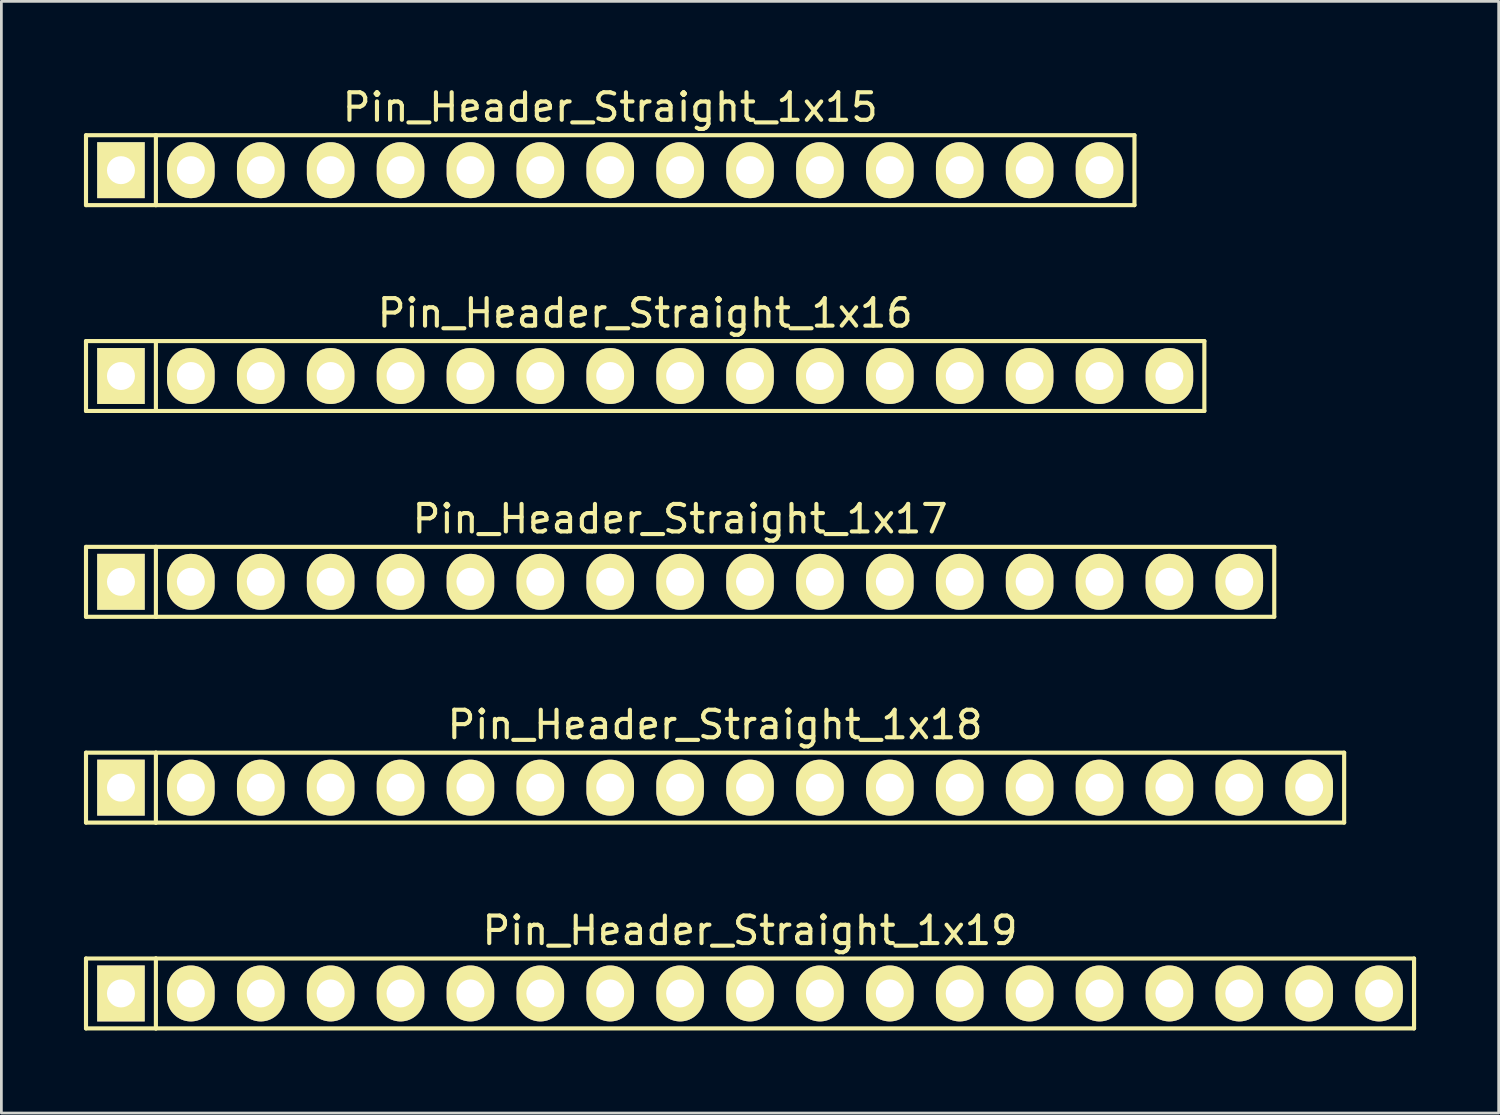
<source format=kicad_pcb>
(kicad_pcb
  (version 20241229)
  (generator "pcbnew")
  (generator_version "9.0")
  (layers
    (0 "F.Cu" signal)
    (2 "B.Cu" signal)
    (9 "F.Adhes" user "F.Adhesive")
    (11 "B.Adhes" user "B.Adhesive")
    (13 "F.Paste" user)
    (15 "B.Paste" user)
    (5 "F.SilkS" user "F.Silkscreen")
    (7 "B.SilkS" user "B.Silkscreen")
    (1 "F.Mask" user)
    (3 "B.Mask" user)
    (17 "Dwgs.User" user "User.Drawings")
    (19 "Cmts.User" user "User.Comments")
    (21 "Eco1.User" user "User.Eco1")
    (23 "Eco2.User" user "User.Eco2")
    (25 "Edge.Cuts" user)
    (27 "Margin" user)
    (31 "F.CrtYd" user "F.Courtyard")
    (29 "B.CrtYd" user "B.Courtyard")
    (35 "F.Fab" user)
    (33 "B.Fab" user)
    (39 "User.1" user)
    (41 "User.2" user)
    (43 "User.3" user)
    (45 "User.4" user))
  (footprint "Pin_Header_Straight_1x16"
    (layer "F.Cu")
    (at 20.395 10.614)
    (property "Reference" "Pin_Header_Straight_1x16" (at 0 -2.286 0) (layer "F.SilkS") (effects (font (size 1 1) (thickness 0.15))))
    (attr through_hole)
    (fp_line (start -20.32 -1.27) (end -20.32 1.27) (stroke (width 0.15) (type solid)) (layer "F.SilkS"))
    (fp_line (start -20.32 -1.27) (end -17.78 -1.27) (stroke (width 0.15) (type solid)) (layer "F.SilkS"))
    (fp_line (start -20.32 1.27) (end -17.78 1.27) (stroke (width 0.15) (type solid)) (layer "F.SilkS"))
    (fp_line (start -17.78 -1.27) (end -17.78 1.27) (stroke (width 0.15) (type solid)) (layer "F.SilkS"))
    (fp_line (start -17.78 1.27) (end 20.32 1.27) (stroke (width 0.15) (type solid)) (layer "F.SilkS"))
    (fp_line (start 20.32 -1.27) (end -17.78 -1.27) (stroke (width 0.15) (type solid)) (layer "F.SilkS"))
    (fp_line (start 20.32 1.27) (end 20.32 -1.27) (stroke (width 0.15) (type solid)) (layer "F.SilkS"))
    (pad "1" thru_hole rect (at -19.05 0) (size 1.727 2.032) (drill 1.016) (layers "*.Cu" "*.Mask" "F.SilkS"))
    (pad "2" thru_hole oval (at -16.51 0) (size 1.727 2.032) (drill 1.016) (layers "*.Cu" "*.Mask" "F.SilkS"))
    (pad "3" thru_hole oval (at -13.97 0) (size 1.727 2.032) (drill 1.016) (layers "*.Cu" "*.Mask" "F.SilkS"))
    (pad "4" thru_hole oval (at -11.43 0) (size 1.727 2.032) (drill 1.016) (layers "*.Cu" "*.Mask" "F.SilkS"))
    (pad "5" thru_hole oval (at -8.89 0) (size 1.727 2.032) (drill 1.016) (layers "*.Cu" "*.Mask" "F.SilkS"))
    (pad "6" thru_hole oval (at -6.35 0) (size 1.727 2.032) (drill 1.016) (layers "*.Cu" "*.Mask" "F.SilkS"))
    (pad "7" thru_hole oval (at -3.81 0) (size 1.727 2.032) (drill 1.016) (layers "*.Cu" "*.Mask" "F.SilkS"))
    (pad "8" thru_hole oval (at -1.27 0) (size 1.727 2.032) (drill 1.016) (layers "*.Cu" "*.Mask" "F.SilkS"))
    (pad "9" thru_hole oval (at 1.27 0) (size 1.727 2.032) (drill 1.016) (layers "*.Cu" "*.Mask" "F.SilkS"))
    (pad "10" thru_hole oval (at 3.81 0) (size 1.727 2.032) (drill 1.016) (layers "*.Cu" "*.Mask" "F.SilkS"))
    (pad "11" thru_hole oval (at 6.35 0) (size 1.727 2.032) (drill 1.016) (layers "*.Cu" "*.Mask" "F.SilkS"))
    (pad "12" thru_hole oval (at 8.89 0) (size 1.727 2.032) (drill 1.016) (layers "*.Cu" "*.Mask" "F.SilkS"))
    (pad "13" thru_hole oval (at 11.43 0) (size 1.727 2.032) (drill 1.016) (layers "*.Cu" "*.Mask" "F.SilkS"))
    (pad "14" thru_hole oval (at 13.97 0) (size 1.727 2.032) (drill 1.016) (layers "*.Cu" "*.Mask" "F.SilkS"))
    (pad "15" thru_hole oval (at 16.51 0) (size 1.727 2.032) (drill 1.016) (layers "*.Cu" "*.Mask" "F.SilkS"))
    (pad "16" thru_hole oval (at 19.05 0) (size 1.727 2.032) (drill 1.016) (layers "*.Cu" "*.Mask" "F.SilkS")))
  (footprint "Pin_Header_Straight_1x17"
    (layer "F.Cu")
    (at 21.665 18.093)
    (property "Reference" "Pin_Header_Straight_1x17" (at 0 -2.286 0) (layer "F.SilkS") (effects (font (size 1 1) (thickness 0.15))))
    (attr through_hole)
    (fp_line (start -21.59 -1.27) (end -21.59 1.27) (stroke (width 0.15) (type solid)) (layer "F.SilkS"))
    (fp_line (start -21.59 -1.27) (end -19.05 -1.27) (stroke (width 0.15) (type solid)) (layer "F.SilkS"))
    (fp_line (start -21.59 1.27) (end -19.05 1.27) (stroke (width 0.15) (type solid)) (layer "F.SilkS"))
    (fp_line (start -19.05 -1.27) (end -19.05 1.27) (stroke (width 0.15) (type solid)) (layer "F.SilkS"))
    (fp_line (start -19.05 -1.27) (end 21.59 -1.27) (stroke (width 0.15) (type solid)) (layer "F.SilkS"))
    (fp_line (start 21.59 -1.27) (end 21.59 1.27) (stroke (width 0.15) (type solid)) (layer "F.SilkS"))
    (fp_line (start 21.59 1.27) (end -19.05 1.27) (stroke (width 0.15) (type solid)) (layer "F.SilkS"))
    (pad "1" thru_hole rect (at -20.32 0) (size 1.727 2.032) (drill 1.016) (layers "*.Cu" "*.Mask" "F.SilkS"))
    (pad "2" thru_hole oval (at -17.78 0) (size 1.727 2.032) (drill 1.016) (layers "*.Cu" "*.Mask" "F.SilkS"))
    (pad "3" thru_hole oval (at -15.24 0) (size 1.727 2.032) (drill 1.016) (layers "*.Cu" "*.Mask" "F.SilkS"))
    (pad "4" thru_hole oval (at -12.7 0) (size 1.727 2.032) (drill 1.016) (layers "*.Cu" "*.Mask" "F.SilkS"))
    (pad "5" thru_hole oval (at -10.16 0) (size 1.727 2.032) (drill 1.016) (layers "*.Cu" "*.Mask" "F.SilkS"))
    (pad "6" thru_hole oval (at -7.62 0) (size 1.727 2.032) (drill 1.016) (layers "*.Cu" "*.Mask" "F.SilkS"))
    (pad "7" thru_hole oval (at -5.08 0) (size 1.727 2.032) (drill 1.016) (layers "*.Cu" "*.Mask" "F.SilkS"))
    (pad "8" thru_hole oval (at -2.54 0) (size 1.727 2.032) (drill 1.016) (layers "*.Cu" "*.Mask" "F.SilkS"))
    (pad "9" thru_hole oval (at 0 0) (size 1.727 2.032) (drill 1.016) (layers "*.Cu" "*.Mask" "F.SilkS"))
    (pad "10" thru_hole oval (at 2.54 0) (size 1.727 2.032) (drill 1.016) (layers "*.Cu" "*.Mask" "F.SilkS"))
    (pad "11" thru_hole oval (at 5.08 0) (size 1.727 2.032) (drill 1.016) (layers "*.Cu" "*.Mask" "F.SilkS"))
    (pad "12" thru_hole oval (at 7.62 0) (size 1.727 2.032) (drill 1.016) (layers "*.Cu" "*.Mask" "F.SilkS"))
    (pad "13" thru_hole oval (at 10.16 0) (size 1.727 2.032) (drill 1.016) (layers "*.Cu" "*.Mask" "F.SilkS"))
    (pad "14" thru_hole oval (at 12.7 0) (size 1.727 2.032) (drill 1.016) (layers "*.Cu" "*.Mask" "F.SilkS"))
    (pad "15" thru_hole oval (at 15.24 0) (size 1.727 2.032) (drill 1.016) (layers "*.Cu" "*.Mask" "F.SilkS"))
    (pad "16" thru_hole oval (at 17.78 0) (size 1.727 2.032) (drill 1.016) (layers "*.Cu" "*.Mask" "F.SilkS"))
    (pad "17" thru_hole oval (at 20.32 0) (size 1.727 2.032) (drill 1.016) (layers "*.Cu" "*.Mask" "F.SilkS")))
  (footprint "Pin_Header_Straight_1x15"
    (layer "F.Cu")
    (at 19.125 3.134)
    (property "Reference" "Pin_Header_Straight_1x15" (at 0 -2.286 0) (layer "F.SilkS") (effects (font (size 1 1) (thickness 0.15))))
    (attr through_hole)
    (fp_line (start -19.05 -1.27) (end -19.05 1.27) (stroke (width 0.15) (type solid)) (layer "F.SilkS"))
    (fp_line (start -19.05 -1.27) (end -16.51 -1.27) (stroke (width 0.15) (type solid)) (layer "F.SilkS"))
    (fp_line (start -19.05 1.27) (end -16.51 1.27) (stroke (width 0.15) (type solid)) (layer "F.SilkS"))
    (fp_line (start -16.51 -1.27) (end -16.51 1.27) (stroke (width 0.15) (type solid)) (layer "F.SilkS"))
    (fp_line (start -16.51 1.27) (end 19.05 1.27) (stroke (width 0.15) (type solid)) (layer "F.SilkS"))
    (fp_line (start 19.05 -1.27) (end -16.51 -1.27) (stroke (width 0.15) (type solid)) (layer "F.SilkS"))
    (fp_line (start 19.05 1.27) (end 19.05 -1.27) (stroke (width 0.15) (type solid)) (layer "F.SilkS"))
    (pad "1" thru_hole rect (at -17.78 0) (size 1.727 2.032) (drill 1.016) (layers "*.Cu" "*.Mask" "F.SilkS"))
    (pad "2" thru_hole oval (at -15.24 0) (size 1.727 2.032) (drill 1.016) (layers "*.Cu" "*.Mask" "F.SilkS"))
    (pad "3" thru_hole oval (at -12.7 0) (size 1.727 2.032) (drill 1.016) (layers "*.Cu" "*.Mask" "F.SilkS"))
    (pad "4" thru_hole oval (at -10.16 0) (size 1.727 2.032) (drill 1.016) (layers "*.Cu" "*.Mask" "F.SilkS"))
    (pad "5" thru_hole oval (at -7.62 0) (size 1.727 2.032) (drill 1.016) (layers "*.Cu" "*.Mask" "F.SilkS"))
    (pad "6" thru_hole oval (at -5.08 0) (size 1.727 2.032) (drill 1.016) (layers "*.Cu" "*.Mask" "F.SilkS"))
    (pad "7" thru_hole oval (at -2.54 0) (size 1.727 2.032) (drill 1.016) (layers "*.Cu" "*.Mask" "F.SilkS"))
    (pad "8" thru_hole oval (at 0 0) (size 1.727 2.032) (drill 1.016) (layers "*.Cu" "*.Mask" "F.SilkS"))
    (pad "9" thru_hole oval (at 2.54 0) (size 1.727 2.032) (drill 1.016) (layers "*.Cu" "*.Mask" "F.SilkS"))
    (pad "10" thru_hole oval (at 5.08 0) (size 1.727 2.032) (drill 1.016) (layers "*.Cu" "*.Mask" "F.SilkS"))
    (pad "11" thru_hole oval (at 7.62 0) (size 1.727 2.032) (drill 1.016) (layers "*.Cu" "*.Mask" "F.SilkS"))
    (pad "12" thru_hole oval (at 10.16 0) (size 1.727 2.032) (drill 1.016) (layers "*.Cu" "*.Mask" "F.SilkS"))
    (pad "13" thru_hole oval (at 12.7 0) (size 1.727 2.032) (drill 1.016) (layers "*.Cu" "*.Mask" "F.SilkS"))
    (pad "14" thru_hole oval (at 15.24 0) (size 1.727 2.032) (drill 1.016) (layers "*.Cu" "*.Mask" "F.SilkS"))
    (pad "15" thru_hole oval (at 17.78 0) (size 1.727 2.032) (drill 1.016) (layers "*.Cu" "*.Mask" "F.SilkS")))
  (footprint "Pin_Header_Straight_1x18"
    (layer "F.Cu")
    (at 22.935 25.572)
    (property "Reference" "Pin_Header_Straight_1x18" (at 0 -2.286 0) (layer "F.SilkS") (effects (font (size 1 1) (thickness 0.15))))
    (attr through_hole)
    (fp_line (start -22.86 -1.27) (end -22.86 1.27) (stroke (width 0.15) (type solid)) (layer "F.SilkS"))
    (fp_line (start -22.86 -1.27) (end -20.32 -1.27) (stroke (width 0.15) (type solid)) (layer "F.SilkS"))
    (fp_line (start -22.86 1.27) (end -20.32 1.27) (stroke (width 0.15) (type solid)) (layer "F.SilkS"))
    (fp_line (start -20.32 -1.27) (end -20.32 1.27) (stroke (width 0.15) (type solid)) (layer "F.SilkS"))
    (fp_line (start -20.32 -1.27) (end 22.86 -1.27) (stroke (width 0.15) (type solid)) (layer "F.SilkS"))
    (fp_line (start 22.86 -1.27) (end 22.86 1.27) (stroke (width 0.15) (type solid)) (layer "F.SilkS"))
    (fp_line (start 22.86 1.27) (end -20.32 1.27) (stroke (width 0.15) (type solid)) (layer "F.SilkS"))
    (pad "1" thru_hole rect (at -21.59 0) (size 1.727 2.032) (drill 1.016) (layers "*.Cu" "*.Mask" "F.SilkS"))
    (pad "2" thru_hole oval (at -19.05 0) (size 1.727 2.032) (drill 1.016) (layers "*.Cu" "*.Mask" "F.SilkS"))
    (pad "3" thru_hole oval (at -16.51 0) (size 1.727 2.032) (drill 1.016) (layers "*.Cu" "*.Mask" "F.SilkS"))
    (pad "4" thru_hole oval (at -13.97 0) (size 1.727 2.032) (drill 1.016) (layers "*.Cu" "*.Mask" "F.SilkS"))
    (pad "5" thru_hole oval (at -11.43 0) (size 1.727 2.032) (drill 1.016) (layers "*.Cu" "*.Mask" "F.SilkS"))
    (pad "6" thru_hole oval (at -8.89 0) (size 1.727 2.032) (drill 1.016) (layers "*.Cu" "*.Mask" "F.SilkS"))
    (pad "7" thru_hole oval (at -6.35 0) (size 1.727 2.032) (drill 1.016) (layers "*.Cu" "*.Mask" "F.SilkS"))
    (pad "8" thru_hole oval (at -3.81 0) (size 1.727 2.032) (drill 1.016) (layers "*.Cu" "*.Mask" "F.SilkS"))
    (pad "9" thru_hole oval (at -1.27 0) (size 1.727 2.032) (drill 1.016) (layers "*.Cu" "*.Mask" "F.SilkS"))
    (pad "10" thru_hole oval (at 1.27 0) (size 1.727 2.032) (drill 1.016) (layers "*.Cu" "*.Mask" "F.SilkS"))
    (pad "11" thru_hole oval (at 3.81 0) (size 1.727 2.032) (drill 1.016) (layers "*.Cu" "*.Mask" "F.SilkS"))
    (pad "12" thru_hole oval (at 6.35 0) (size 1.727 2.032) (drill 1.016) (layers "*.Cu" "*.Mask" "F.SilkS"))
    (pad "13" thru_hole oval (at 8.89 0) (size 1.727 2.032) (drill 1.016) (layers "*.Cu" "*.Mask" "F.SilkS"))
    (pad "14" thru_hole oval (at 11.43 0) (size 1.727 2.032) (drill 1.016) (layers "*.Cu" "*.Mask" "F.SilkS"))
    (pad "15" thru_hole oval (at 13.97 0) (size 1.727 2.032) (drill 1.016) (layers "*.Cu" "*.Mask" "F.SilkS"))
    (pad "16" thru_hole oval (at 16.51 0) (size 1.727 2.032) (drill 1.016) (layers "*.Cu" "*.Mask" "F.SilkS"))
    (pad "17" thru_hole oval (at 19.05 0) (size 1.727 2.032) (drill 1.016) (layers "*.Cu" "*.Mask" "F.SilkS"))
    (pad "18" thru_hole oval (at 21.59 0) (size 1.727 2.032) (drill 1.016) (layers "*.Cu" "*.Mask" "F.SilkS")))
  (footprint "Pin_Header_Straight_1x19"
    (layer "F.Cu")
    (at 24.205 33.051)
    (property "Reference" "Pin_Header_Straight_1x19" (at 0 -2.286 0) (layer "F.SilkS") (effects (font (size 1 1) (thickness 0.15))))
    (attr through_hole)
    (fp_line (start -24.13 -1.27) (end -24.13 1.27) (stroke (width 0.15) (type solid)) (layer "F.SilkS"))
    (fp_line (start -24.13 -1.27) (end -21.59 -1.27) (stroke (width 0.15) (type solid)) (layer "F.SilkS"))
    (fp_line (start -24.13 1.27) (end -21.59 1.27) (stroke (width 0.15) (type solid)) (layer "F.SilkS"))
    (fp_line (start -21.59 -1.27) (end -21.59 1.27) (stroke (width 0.15) (type solid)) (layer "F.SilkS"))
    (fp_line (start -21.59 -1.27) (end 24.13 -1.27) (stroke (width 0.15) (type solid)) (layer "F.SilkS"))
    (fp_line (start 24.13 -1.27) (end 24.13 1.27) (stroke (width 0.15) (type solid)) (layer "F.SilkS"))
    (fp_line (start 24.13 1.27) (end -21.59 1.27) (stroke (width 0.15) (type solid)) (layer "F.SilkS"))
    (pad "1" thru_hole rect (at -22.86 0) (size 1.727 2.032) (drill 1.016) (layers "*.Cu" "*.Mask" "F.SilkS"))
    (pad "2" thru_hole oval (at -20.32 0) (size 1.727 2.032) (drill 1.016) (layers "*.Cu" "*.Mask" "F.SilkS"))
    (pad "3" thru_hole oval (at -17.78 0) (size 1.727 2.032) (drill 1.016) (layers "*.Cu" "*.Mask" "F.SilkS"))
    (pad "4" thru_hole oval (at -15.24 0) (size 1.727 2.032) (drill 1.016) (layers "*.Cu" "*.Mask" "F.SilkS"))
    (pad "5" thru_hole oval (at -12.7 0) (size 1.727 2.032) (drill 1.016) (layers "*.Cu" "*.Mask" "F.SilkS"))
    (pad "6" thru_hole oval (at -10.16 0) (size 1.727 2.032) (drill 1.016) (layers "*.Cu" "*.Mask" "F.SilkS"))
    (pad "7" thru_hole oval (at -7.62 0) (size 1.727 2.032) (drill 1.016) (layers "*.Cu" "*.Mask" "F.SilkS"))
    (pad "8" thru_hole oval (at -5.08 0) (size 1.727 2.032) (drill 1.016) (layers "*.Cu" "*.Mask" "F.SilkS"))
    (pad "9" thru_hole oval (at -2.54 0) (size 1.727 2.032) (drill 1.016) (layers "*.Cu" "*.Mask" "F.SilkS"))
    (pad "10" thru_hole oval (at 0 0) (size 1.727 2.032) (drill 1.016) (layers "*.Cu" "*.Mask" "F.SilkS"))
    (pad "11" thru_hole oval (at 2.54 0) (size 1.727 2.032) (drill 1.016) (layers "*.Cu" "*.Mask" "F.SilkS"))
    (pad "12" thru_hole oval (at 5.08 0) (size 1.727 2.032) (drill 1.016) (layers "*.Cu" "*.Mask" "F.SilkS"))
    (pad "13" thru_hole oval (at 7.62 0) (size 1.727 2.032) (drill 1.016) (layers "*.Cu" "*.Mask" "F.SilkS"))
    (pad "14" thru_hole oval (at 10.16 0) (size 1.727 2.032) (drill 1.016) (layers "*.Cu" "*.Mask" "F.SilkS"))
    (pad "15" thru_hole oval (at 12.7 0) (size 1.727 2.032) (drill 1.016) (layers "*.Cu" "*.Mask" "F.SilkS"))
    (pad "16" thru_hole oval (at 15.24 0) (size 1.727 2.032) (drill 1.016) (layers "*.Cu" "*.Mask" "F.SilkS"))
    (pad "17" thru_hole oval (at 17.78 0) (size 1.727 2.032) (drill 1.016) (layers "*.Cu" "*.Mask" "F.SilkS"))
    (pad "18" thru_hole oval (at 20.32 0) (size 1.727 2.032) (drill 1.016) (layers "*.Cu" "*.Mask" "F.SilkS"))
    (pad "19" thru_hole oval (at 22.86 0) (size 1.727 2.032) (drill 1.016) (layers "*.Cu" "*.Mask" "F.SilkS")))
  (gr_rect
    (start -3 -3)
    (end 51.41 37.396)
    (stroke (width 0.1) (type default))
    (fill no)
    (layer "Edge.Cuts")))
</source>
